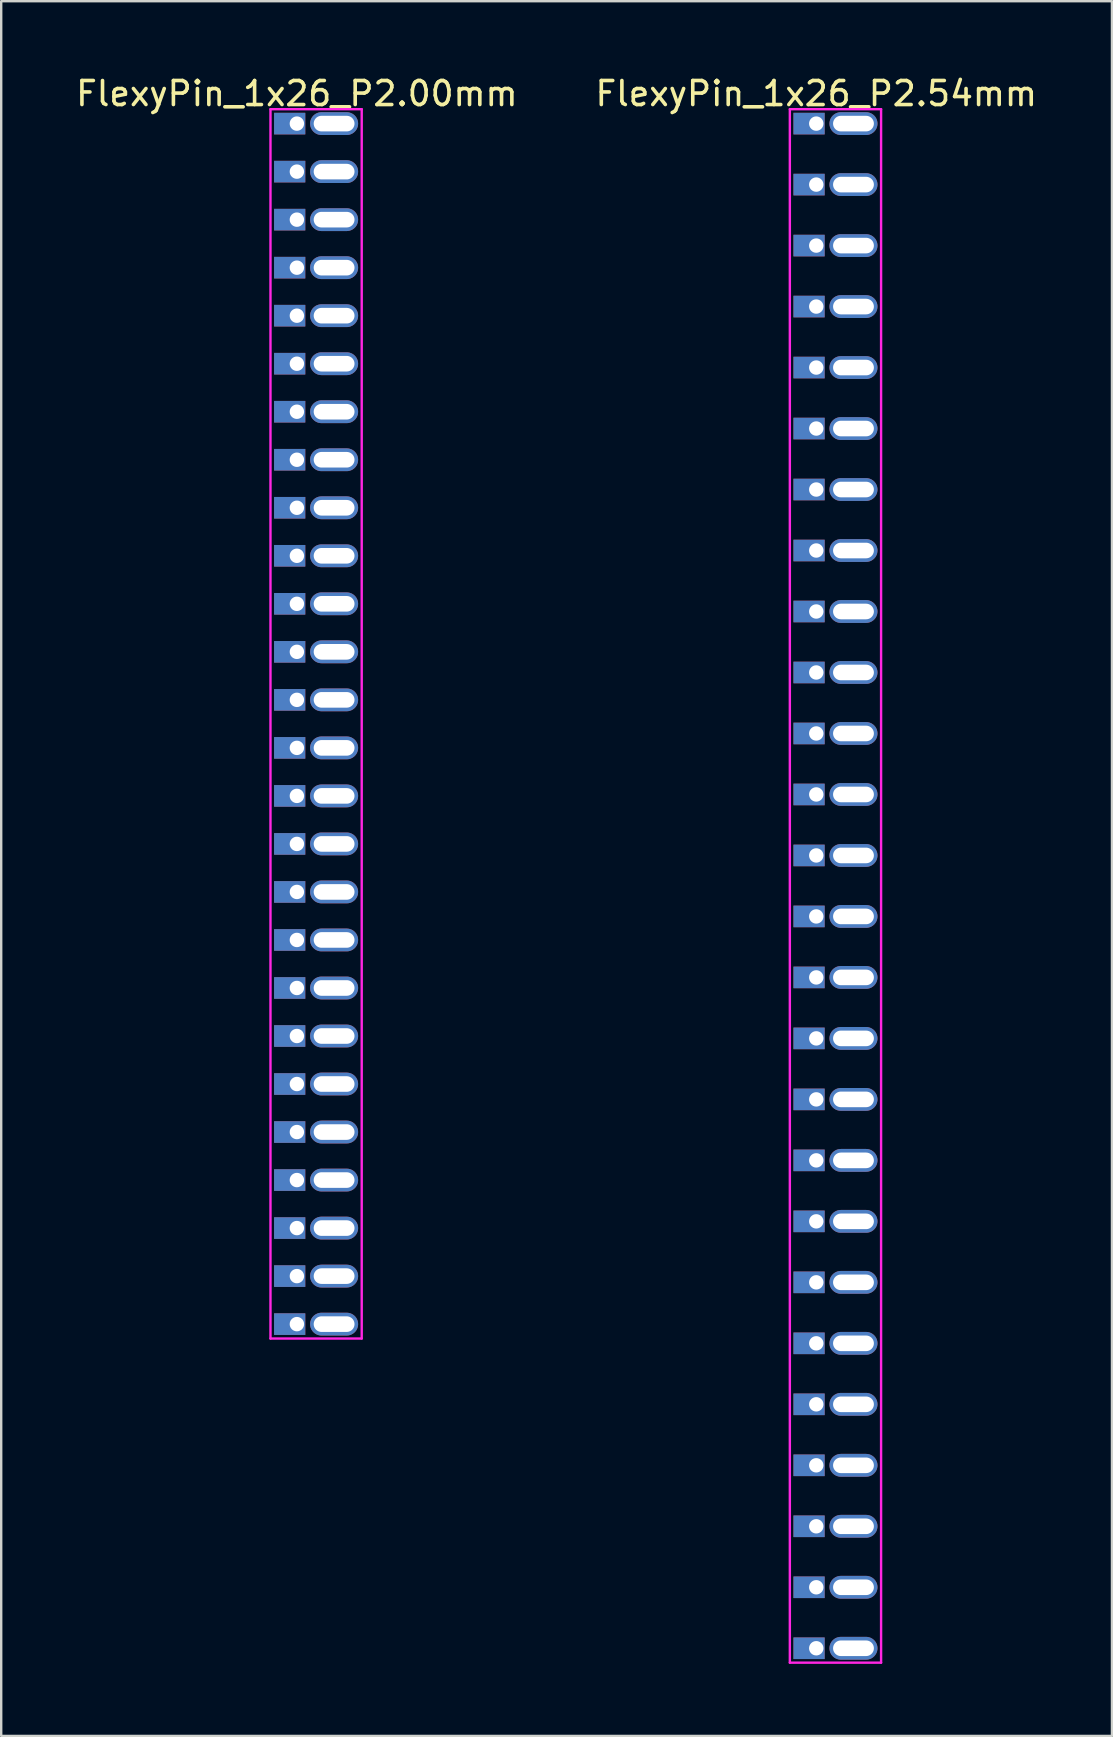
<source format=kicad_pcb>
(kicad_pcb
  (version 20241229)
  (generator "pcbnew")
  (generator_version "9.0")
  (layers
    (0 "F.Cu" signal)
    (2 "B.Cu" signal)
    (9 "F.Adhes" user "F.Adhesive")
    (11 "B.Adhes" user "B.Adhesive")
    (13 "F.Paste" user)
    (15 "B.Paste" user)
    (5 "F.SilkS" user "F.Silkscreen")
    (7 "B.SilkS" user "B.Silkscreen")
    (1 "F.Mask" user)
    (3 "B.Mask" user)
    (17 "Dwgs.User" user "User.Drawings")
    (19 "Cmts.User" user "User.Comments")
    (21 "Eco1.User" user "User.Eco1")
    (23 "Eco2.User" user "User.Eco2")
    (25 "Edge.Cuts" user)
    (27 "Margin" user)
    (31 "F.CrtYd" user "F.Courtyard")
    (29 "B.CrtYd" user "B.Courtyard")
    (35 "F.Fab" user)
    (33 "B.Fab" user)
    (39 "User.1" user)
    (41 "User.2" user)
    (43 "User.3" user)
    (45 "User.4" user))
  (footprint "FlexyPin_1x26_P2.54mm"
    (layer "F.Cu")
    (at 30.946 2.098)
    (property "Reference" "FlexyPin_1x26_P2.54mm" (at 0 -1.25 0) (layer "F.SilkS") (effects (font (size 1 1) (thickness 0.15))))
    (attr through_hole)
    (fp_line (start -1.1 -0.6) (end 2.7 -0.6) (stroke (width 0.1) (type solid)) (layer "F.CrtYd"))
    (fp_line (start -1.1 64.1) (end -1.1 -0.6) (stroke (width 0.1) (type solid)) (layer "F.CrtYd"))
    (fp_line (start 2.7 -0.6) (end 2.7 64.1) (stroke (width 0.1) (type solid)) (layer "F.CrtYd"))
    (fp_line (start 2.7 64.1) (end -1.1 64.1) (stroke (width 0.1) (type solid)) (layer "F.CrtYd"))
    (pad "" thru_hole oval (at 1.55 0) (size 2 0.95) (drill oval 1.7 0.65) (layers "*.Cu" "*.Mask"))
    (pad "" thru_hole oval (at 1.55 2.54) (size 2 0.95) (drill oval 1.7 0.65) (layers "*.Cu" "*.Mask"))
    (pad "" thru_hole oval (at 1.55 5.08) (size 2 0.95) (drill oval 1.7 0.65) (layers "*.Cu" "*.Mask"))
    (pad "" thru_hole oval (at 1.55 7.62) (size 2 0.95) (drill oval 1.7 0.65) (layers "*.Cu" "*.Mask"))
    (pad "" thru_hole oval (at 1.55 10.16) (size 2 0.95) (drill oval 1.7 0.65) (layers "*.Cu" "*.Mask"))
    (pad "" thru_hole oval (at 1.55 12.7) (size 2 0.95) (drill oval 1.7 0.65) (layers "*.Cu" "*.Mask"))
    (pad "" thru_hole oval (at 1.55 15.24) (size 2 0.95) (drill oval 1.7 0.65) (layers "*.Cu" "*.Mask"))
    (pad "" thru_hole oval (at 1.55 17.78) (size 2 0.95) (drill oval 1.7 0.65) (layers "*.Cu" "*.Mask"))
    (pad "" thru_hole oval (at 1.55 20.32) (size 2 0.95) (drill oval 1.7 0.65) (layers "*.Cu" "*.Mask"))
    (pad "" thru_hole oval (at 1.55 22.86) (size 2 0.95) (drill oval 1.7 0.65) (layers "*.Cu" "*.Mask"))
    (pad "" thru_hole oval (at 1.55 25.4) (size 2 0.95) (drill oval 1.7 0.65) (layers "*.Cu" "*.Mask"))
    (pad "" thru_hole oval (at 1.55 27.94) (size 2 0.95) (drill oval 1.7 0.65) (layers "*.Cu" "*.Mask"))
    (pad "" thru_hole oval (at 1.55 30.48) (size 2 0.95) (drill oval 1.7 0.65) (layers "*.Cu" "*.Mask"))
    (pad "" thru_hole oval (at 1.55 33.02) (size 2 0.95) (drill oval 1.7 0.65) (layers "*.Cu" "*.Mask"))
    (pad "" thru_hole oval (at 1.55 35.56) (size 2 0.95) (drill oval 1.7 0.65) (layers "*.Cu" "*.Mask"))
    (pad "" thru_hole oval (at 1.55 38.1) (size 2 0.95) (drill oval 1.7 0.65) (layers "*.Cu" "*.Mask"))
    (pad "" thru_hole oval (at 1.55 40.64) (size 2 0.95) (drill oval 1.7 0.65) (layers "*.Cu" "*.Mask"))
    (pad "" thru_hole oval (at 1.55 43.18) (size 2 0.95) (drill oval 1.7 0.65) (layers "*.Cu" "*.Mask"))
    (pad "" thru_hole oval (at 1.55 45.72) (size 2 0.95) (drill oval 1.7 0.65) (layers "*.Cu" "*.Mask"))
    (pad "" thru_hole oval (at 1.55 48.26) (size 2 0.95) (drill oval 1.7 0.65) (layers "*.Cu" "*.Mask"))
    (pad "" thru_hole oval (at 1.55 50.8) (size 2 0.95) (drill oval 1.7 0.65) (layers "*.Cu" "*.Mask"))
    (pad "" thru_hole oval (at 1.55 53.34) (size 2 0.95) (drill oval 1.7 0.65) (layers "*.Cu" "*.Mask"))
    (pad "" thru_hole oval (at 1.55 55.88) (size 2 0.95) (drill oval 1.7 0.65) (layers "*.Cu" "*.Mask"))
    (pad "" thru_hole oval (at 1.55 58.42) (size 2 0.95) (drill oval 1.7 0.65) (layers "*.Cu" "*.Mask"))
    (pad "" thru_hole oval (at 1.55 60.96) (size 2 0.95) (drill oval 1.7 0.65) (layers "*.Cu" "*.Mask"))
    (pad "" thru_hole oval (at 1.55 63.5) (size 2 0.95) (drill oval 1.7 0.65) (layers "*.Cu" "*.Mask"))
    (pad "1" thru_hole rect (at 0 0) (size 1.3 0.9) (drill 0.6 (offset -0.3 0)) (layers "*.Cu" "*.Mask"))
    (pad "2" thru_hole rect (at 0 2.54) (size 1.3 0.9) (drill 0.6 (offset -0.3 0)) (layers "*.Cu" "*.Mask"))
    (pad "3" thru_hole rect (at 0 5.08) (size 1.3 0.9) (drill 0.6 (offset -0.3 0)) (layers "*.Cu" "*.Mask"))
    (pad "4" thru_hole rect (at 0 7.62) (size 1.3 0.9) (drill 0.6 (offset -0.3 0)) (layers "*.Cu" "*.Mask"))
    (pad "5" thru_hole rect (at 0 10.16) (size 1.3 0.9) (drill 0.6 (offset -0.3 0)) (layers "*.Cu" "*.Mask"))
    (pad "6" thru_hole rect (at 0 12.7) (size 1.3 0.9) (drill 0.6 (offset -0.3 0)) (layers "*.Cu" "*.Mask"))
    (pad "7" thru_hole rect (at 0 15.24) (size 1.3 0.9) (drill 0.6 (offset -0.3 0)) (layers "*.Cu" "*.Mask"))
    (pad "8" thru_hole rect (at 0 17.78) (size 1.3 0.9) (drill 0.6 (offset -0.3 0)) (layers "*.Cu" "*.Mask"))
    (pad "9" thru_hole rect (at 0 20.32) (size 1.3 0.9) (drill 0.6 (offset -0.3 0)) (layers "*.Cu" "*.Mask"))
    (pad "10" thru_hole rect (at 0 22.86) (size 1.3 0.9) (drill 0.6 (offset -0.3 0)) (layers "*.Cu" "*.Mask"))
    (pad "11" thru_hole rect (at 0 25.4) (size 1.3 0.9) (drill 0.6 (offset -0.3 0)) (layers "*.Cu" "*.Mask"))
    (pad "12" thru_hole rect (at 0 27.94) (size 1.3 0.9) (drill 0.6 (offset -0.3 0)) (layers "*.Cu" "*.Mask"))
    (pad "13" thru_hole rect (at 0 30.48) (size 1.3 0.9) (drill 0.6 (offset -0.3 0)) (layers "*.Cu" "*.Mask"))
    (pad "14" thru_hole rect (at 0 33.02) (size 1.3 0.9) (drill 0.6 (offset -0.3 0)) (layers "*.Cu" "*.Mask"))
    (pad "15" thru_hole rect (at 0 35.56) (size 1.3 0.9) (drill 0.6 (offset -0.3 0)) (layers "*.Cu" "*.Mask"))
    (pad "16" thru_hole rect (at 0 38.1) (size 1.3 0.9) (drill 0.6 (offset -0.3 0)) (layers "*.Cu" "*.Mask"))
    (pad "17" thru_hole rect (at 0 40.64) (size 1.3 0.9) (drill 0.6 (offset -0.3 0)) (layers "*.Cu" "*.Mask"))
    (pad "18" thru_hole rect (at 0 43.18) (size 1.3 0.9) (drill 0.6 (offset -0.3 0)) (layers "*.Cu" "*.Mask"))
    (pad "19" thru_hole rect (at 0 45.72) (size 1.3 0.9) (drill 0.6 (offset -0.3 0)) (layers "*.Cu" "*.Mask"))
    (pad "20" thru_hole rect (at 0 48.26) (size 1.3 0.9) (drill 0.6 (offset -0.3 0)) (layers "*.Cu" "*.Mask"))
    (pad "21" thru_hole rect (at 0 50.8) (size 1.3 0.9) (drill 0.6 (offset -0.3 0)) (layers "*.Cu" "*.Mask"))
    (pad "22" thru_hole rect (at 0 53.34) (size 1.3 0.9) (drill 0.6 (offset -0.3 0)) (layers "*.Cu" "*.Mask"))
    (pad "23" thru_hole rect (at 0 55.88) (size 1.3 0.9) (drill 0.6 (offset -0.3 0)) (layers "*.Cu" "*.Mask"))
    (pad "24" thru_hole rect (at 0 58.42) (size 1.3 0.9) (drill 0.6 (offset -0.3 0)) (layers "*.Cu" "*.Mask"))
    (pad "25" thru_hole rect (at 0 60.96) (size 1.3 0.9) (drill 0.6 (offset -0.3 0)) (layers "*.Cu" "*.Mask"))
    (pad "26" thru_hole rect (at 0 63.5) (size 1.3 0.9) (drill 0.6 (offset -0.3 0)) (layers "*.Cu" "*.Mask")))
  (footprint "FlexyPin_1x26_P2.00mm"
    (layer "F.Cu")
    (at 9.315 2.098)
    (property "Reference" "FlexyPin_1x26_P2.00mm" (at 0 -1.25 0) (layer "F.SilkS") (effects (font (size 1 1) (thickness 0.15))))
    (attr through_hole)
    (fp_line (start -1.1 -0.6) (end 2.7 -0.6) (stroke (width 0.1) (type solid)) (layer "F.CrtYd"))
    (fp_line (start -1.1 50.6) (end -1.1 -0.6) (stroke (width 0.1) (type solid)) (layer "F.CrtYd"))
    (fp_line (start 2.7 -0.6) (end 2.7 50.6) (stroke (width 0.1) (type solid)) (layer "F.CrtYd"))
    (fp_line (start 2.7 50.6) (end -1.1 50.6) (stroke (width 0.1) (type solid)) (layer "F.CrtYd"))
    (pad "" thru_hole oval (at 1.55 0) (size 2 0.95) (drill oval 1.7 0.65) (layers "*.Cu" "*.Mask"))
    (pad "" thru_hole oval (at 1.55 2) (size 2 0.95) (drill oval 1.7 0.65) (layers "*.Cu" "*.Mask"))
    (pad "" thru_hole oval (at 1.55 4) (size 2 0.95) (drill oval 1.7 0.65) (layers "*.Cu" "*.Mask"))
    (pad "" thru_hole oval (at 1.55 6) (size 2 0.95) (drill oval 1.7 0.65) (layers "*.Cu" "*.Mask"))
    (pad "" thru_hole oval (at 1.55 8) (size 2 0.95) (drill oval 1.7 0.65) (layers "*.Cu" "*.Mask"))
    (pad "" thru_hole oval (at 1.55 10) (size 2 0.95) (drill oval 1.7 0.65) (layers "*.Cu" "*.Mask"))
    (pad "" thru_hole oval (at 1.55 12) (size 2 0.95) (drill oval 1.7 0.65) (layers "*.Cu" "*.Mask"))
    (pad "" thru_hole oval (at 1.55 14) (size 2 0.95) (drill oval 1.7 0.65) (layers "*.Cu" "*.Mask"))
    (pad "" thru_hole oval (at 1.55 16) (size 2 0.95) (drill oval 1.7 0.65) (layers "*.Cu" "*.Mask"))
    (pad "" thru_hole oval (at 1.55 18) (size 2 0.95) (drill oval 1.7 0.65) (layers "*.Cu" "*.Mask"))
    (pad "" thru_hole oval (at 1.55 20) (size 2 0.95) (drill oval 1.7 0.65) (layers "*.Cu" "*.Mask"))
    (pad "" thru_hole oval (at 1.55 22) (size 2 0.95) (drill oval 1.7 0.65) (layers "*.Cu" "*.Mask"))
    (pad "" thru_hole oval (at 1.55 24) (size 2 0.95) (drill oval 1.7 0.65) (layers "*.Cu" "*.Mask"))
    (pad "" thru_hole oval (at 1.55 26) (size 2 0.95) (drill oval 1.7 0.65) (layers "*.Cu" "*.Mask"))
    (pad "" thru_hole oval (at 1.55 28) (size 2 0.95) (drill oval 1.7 0.65) (layers "*.Cu" "*.Mask"))
    (pad "" thru_hole oval (at 1.55 30) (size 2 0.95) (drill oval 1.7 0.65) (layers "*.Cu" "*.Mask"))
    (pad "" thru_hole oval (at 1.55 32) (size 2 0.95) (drill oval 1.7 0.65) (layers "*.Cu" "*.Mask"))
    (pad "" thru_hole oval (at 1.55 34) (size 2 0.95) (drill oval 1.7 0.65) (layers "*.Cu" "*.Mask"))
    (pad "" thru_hole oval (at 1.55 36) (size 2 0.95) (drill oval 1.7 0.65) (layers "*.Cu" "*.Mask"))
    (pad "" thru_hole oval (at 1.55 38) (size 2 0.95) (drill oval 1.7 0.65) (layers "*.Cu" "*.Mask"))
    (pad "" thru_hole oval (at 1.55 40) (size 2 0.95) (drill oval 1.7 0.65) (layers "*.Cu" "*.Mask"))
    (pad "" thru_hole oval (at 1.55 42) (size 2 0.95) (drill oval 1.7 0.65) (layers "*.Cu" "*.Mask"))
    (pad "" thru_hole oval (at 1.55 44) (size 2 0.95) (drill oval 1.7 0.65) (layers "*.Cu" "*.Mask"))
    (pad "" thru_hole oval (at 1.55 46) (size 2 0.95) (drill oval 1.7 0.65) (layers "*.Cu" "*.Mask"))
    (pad "" thru_hole oval (at 1.55 48) (size 2 0.95) (drill oval 1.7 0.65) (layers "*.Cu" "*.Mask"))
    (pad "" thru_hole oval (at 1.55 50) (size 2 0.95) (drill oval 1.7 0.65) (layers "*.Cu" "*.Mask"))
    (pad "1" thru_hole rect (at 0 0) (size 1.3 0.9) (drill 0.6 (offset -0.3 0)) (layers "*.Cu" "*.Mask"))
    (pad "2" thru_hole rect (at 0 2) (size 1.3 0.9) (drill 0.6 (offset -0.3 0)) (layers "*.Cu" "*.Mask"))
    (pad "3" thru_hole rect (at 0 4) (size 1.3 0.9) (drill 0.6 (offset -0.3 0)) (layers "*.Cu" "*.Mask"))
    (pad "4" thru_hole rect (at 0 6) (size 1.3 0.9) (drill 0.6 (offset -0.3 0)) (layers "*.Cu" "*.Mask"))
    (pad "5" thru_hole rect (at 0 8) (size 1.3 0.9) (drill 0.6 (offset -0.3 0)) (layers "*.Cu" "*.Mask"))
    (pad "6" thru_hole rect (at 0 10) (size 1.3 0.9) (drill 0.6 (offset -0.3 0)) (layers "*.Cu" "*.Mask"))
    (pad "7" thru_hole rect (at 0 12) (size 1.3 0.9) (drill 0.6 (offset -0.3 0)) (layers "*.Cu" "*.Mask"))
    (pad "8" thru_hole rect (at 0 14) (size 1.3 0.9) (drill 0.6 (offset -0.3 0)) (layers "*.Cu" "*.Mask"))
    (pad "9" thru_hole rect (at 0 16) (size 1.3 0.9) (drill 0.6 (offset -0.3 0)) (layers "*.Cu" "*.Mask"))
    (pad "10" thru_hole rect (at 0 18) (size 1.3 0.9) (drill 0.6 (offset -0.3 0)) (layers "*.Cu" "*.Mask"))
    (pad "11" thru_hole rect (at 0 20) (size 1.3 0.9) (drill 0.6 (offset -0.3 0)) (layers "*.Cu" "*.Mask"))
    (pad "12" thru_hole rect (at 0 22) (size 1.3 0.9) (drill 0.6 (offset -0.3 0)) (layers "*.Cu" "*.Mask"))
    (pad "13" thru_hole rect (at 0 24) (size 1.3 0.9) (drill 0.6 (offset -0.3 0)) (layers "*.Cu" "*.Mask"))
    (pad "14" thru_hole rect (at 0 26) (size 1.3 0.9) (drill 0.6 (offset -0.3 0)) (layers "*.Cu" "*.Mask"))
    (pad "15" thru_hole rect (at 0 28) (size 1.3 0.9) (drill 0.6 (offset -0.3 0)) (layers "*.Cu" "*.Mask"))
    (pad "16" thru_hole rect (at 0 30) (size 1.3 0.9) (drill 0.6 (offset -0.3 0)) (layers "*.Cu" "*.Mask"))
    (pad "17" thru_hole rect (at 0 32) (size 1.3 0.9) (drill 0.6 (offset -0.3 0)) (layers "*.Cu" "*.Mask"))
    (pad "18" thru_hole rect (at 0 34) (size 1.3 0.9) (drill 0.6 (offset -0.3 0)) (layers "*.Cu" "*.Mask"))
    (pad "19" thru_hole rect (at 0 36) (size 1.3 0.9) (drill 0.6 (offset -0.3 0)) (layers "*.Cu" "*.Mask"))
    (pad "20" thru_hole rect (at 0 38) (size 1.3 0.9) (drill 0.6 (offset -0.3 0)) (layers "*.Cu" "*.Mask"))
    (pad "21" thru_hole rect (at 0 40) (size 1.3 0.9) (drill 0.6 (offset -0.3 0)) (layers "*.Cu" "*.Mask"))
    (pad "22" thru_hole rect (at 0 42) (size 1.3 0.9) (drill 0.6 (offset -0.3 0)) (layers "*.Cu" "*.Mask"))
    (pad "23" thru_hole rect (at 0 44) (size 1.3 0.9) (drill 0.6 (offset -0.3 0)) (layers "*.Cu" "*.Mask"))
    (pad "24" thru_hole rect (at 0 46) (size 1.3 0.9) (drill 0.6 (offset -0.3 0)) (layers "*.Cu" "*.Mask"))
    (pad "25" thru_hole rect (at 0 48) (size 1.3 0.9) (drill 0.6 (offset -0.3 0)) (layers "*.Cu" "*.Mask"))
    (pad "26" thru_hole rect (at 0 50) (size 1.3 0.9) (drill 0.6 (offset -0.3 0)) (layers "*.Cu" "*.Mask")))
  (gr_rect
    (start -3 -3)
    (end 43.262 69.248)
    (stroke (width 0.1) (type default))
    (fill no)
    (layer "Edge.Cuts")))
</source>
